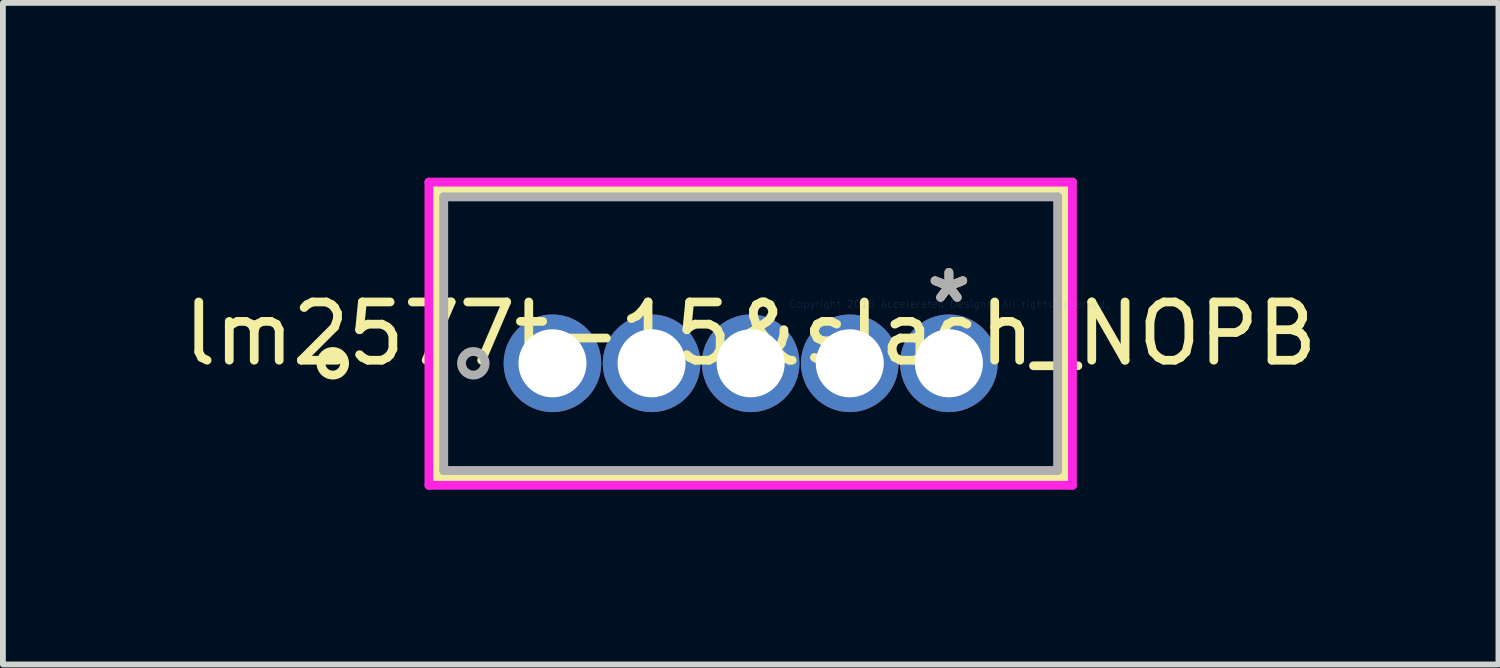
<source format=kicad_pcb>
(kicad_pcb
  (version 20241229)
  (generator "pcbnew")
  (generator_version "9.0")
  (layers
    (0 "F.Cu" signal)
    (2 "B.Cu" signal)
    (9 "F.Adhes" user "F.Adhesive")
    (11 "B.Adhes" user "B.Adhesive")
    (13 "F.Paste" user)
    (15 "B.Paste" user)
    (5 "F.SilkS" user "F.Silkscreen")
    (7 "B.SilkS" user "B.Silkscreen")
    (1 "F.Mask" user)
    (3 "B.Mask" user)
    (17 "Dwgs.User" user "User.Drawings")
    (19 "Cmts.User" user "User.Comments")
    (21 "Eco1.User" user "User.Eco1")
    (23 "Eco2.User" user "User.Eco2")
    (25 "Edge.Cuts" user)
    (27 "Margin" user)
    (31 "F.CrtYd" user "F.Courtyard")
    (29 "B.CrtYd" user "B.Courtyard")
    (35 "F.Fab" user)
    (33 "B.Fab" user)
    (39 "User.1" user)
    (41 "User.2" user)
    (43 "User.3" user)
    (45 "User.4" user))
  (footprint "lm2577t-15&slash_NOPB"
    (layer "F.Cu")
    (at 13.243 2.172)
    (property "Reference" "lm2577t-15&slash_NOPB" (at -3.404 0.508 0) (layer "F.SilkS") (effects (font (size 1 1) (thickness 0.15))))
    (attr through_hole)
    (fp_line (start -8.801 -1.968) (end -8.801 2.985) (stroke (width 0.152) (type solid)) (layer "F.SilkS"))
    (fp_line (start -8.801 2.985) (end 1.994 2.985) (stroke (width 0.152) (type solid)) (layer "F.SilkS"))
    (fp_line (start 1.994 -1.968) (end -8.801 -1.968) (stroke (width 0.152) (type solid)) (layer "F.SilkS"))
    (fp_line (start 1.994 2.985) (end 1.994 -1.968) (stroke (width 0.152) (type solid)) (layer "F.SilkS"))
    (fp_circle (center -10.579 1.016) (end -10.376 1.016) (stroke (width 0.152) (type solid)) (fill no) (layer "F.SilkS"))
    (fp_line (start -8.928 -2.095) (end 2.121 -2.095) (stroke (width 0.152) (type solid)) (layer "F.CrtYd"))
    (fp_line (start -8.928 3.111) (end -8.928 -2.095) (stroke (width 0.152) (type solid)) (layer "F.CrtYd"))
    (fp_line (start 2.121 -2.095) (end 2.121 3.111) (stroke (width 0.152) (type solid)) (layer "F.CrtYd"))
    (fp_line (start 2.121 3.111) (end -8.928 3.111) (stroke (width 0.152) (type solid)) (layer "F.CrtYd"))
    (fp_line (start -8.674 -1.841) (end -8.674 2.857) (stroke (width 0.152) (type solid)) (layer "F.Fab"))
    (fp_line (start -8.674 2.857) (end 1.867 2.857) (stroke (width 0.152) (type solid)) (layer "F.Fab"))
    (fp_line (start -7.061 1.016) (end -6.553 1.016) (stroke (width 0.152) (type solid)) (layer "F.Fab"))
    (fp_line (start -6.807 1.27) (end -6.807 0.762) (stroke (width 0.152) (type solid)) (layer "F.Fab"))
    (fp_line (start 1.867 -1.841) (end -8.674 -1.841) (stroke (width 0.152) (type solid)) (layer "F.Fab"))
    (fp_line (start 1.867 2.857) (end 1.867 -1.841) (stroke (width 0.152) (type solid)) (layer "F.Fab"))
    (fp_circle (center -8.166 1.016) (end -7.963 1.016) (stroke (width 0.152) (type solid)) (fill no) (layer "F.Fab"))
    (fp_text user "*" (at 0 0 0) (layer "F.SilkS") (effects (font (size 1 1) (thickness 0.15))))
    (fp_text user "Copyright 2016 Accelerated Designs. All rights reserved." (at 0 0 0) (layer "Cmts.User") (effects (font (size 0.127 0.127) (thickness 0.002))))
    (fp_text user "*" (at 0 0 0) (layer "F.Fab") (effects (font (size 1 1) (thickness 0.15))))
    (pad "1" thru_hole circle (at -6.807 1.016) (size 1.676 1.676) (drill 1.168) (layers "*.Cu" "*.Mask"))
    (pad "2" thru_hole circle (at -5.105 1.016) (size 1.676 1.676) (drill 1.168) (layers "*.Cu" "*.Mask"))
    (pad "3" thru_hole circle (at -3.404 1.016) (size 1.676 1.676) (drill 1.168) (layers "*.Cu" "*.Mask"))
    (pad "4" thru_hole circle (at -1.702 1.016) (size 1.676 1.676) (drill 1.168) (layers "*.Cu" "*.Mask"))
    (pad "5" thru_hole circle (at 0 1.016) (size 1.676 1.676) (drill 1.168) (layers "*.Cu" "*.Mask")))
  (gr_rect
    (start -3 -3)
    (end 22.679 8.359)
    (stroke (width 0.1) (type default))
    (fill no)
    (layer "Edge.Cuts")))
</source>
